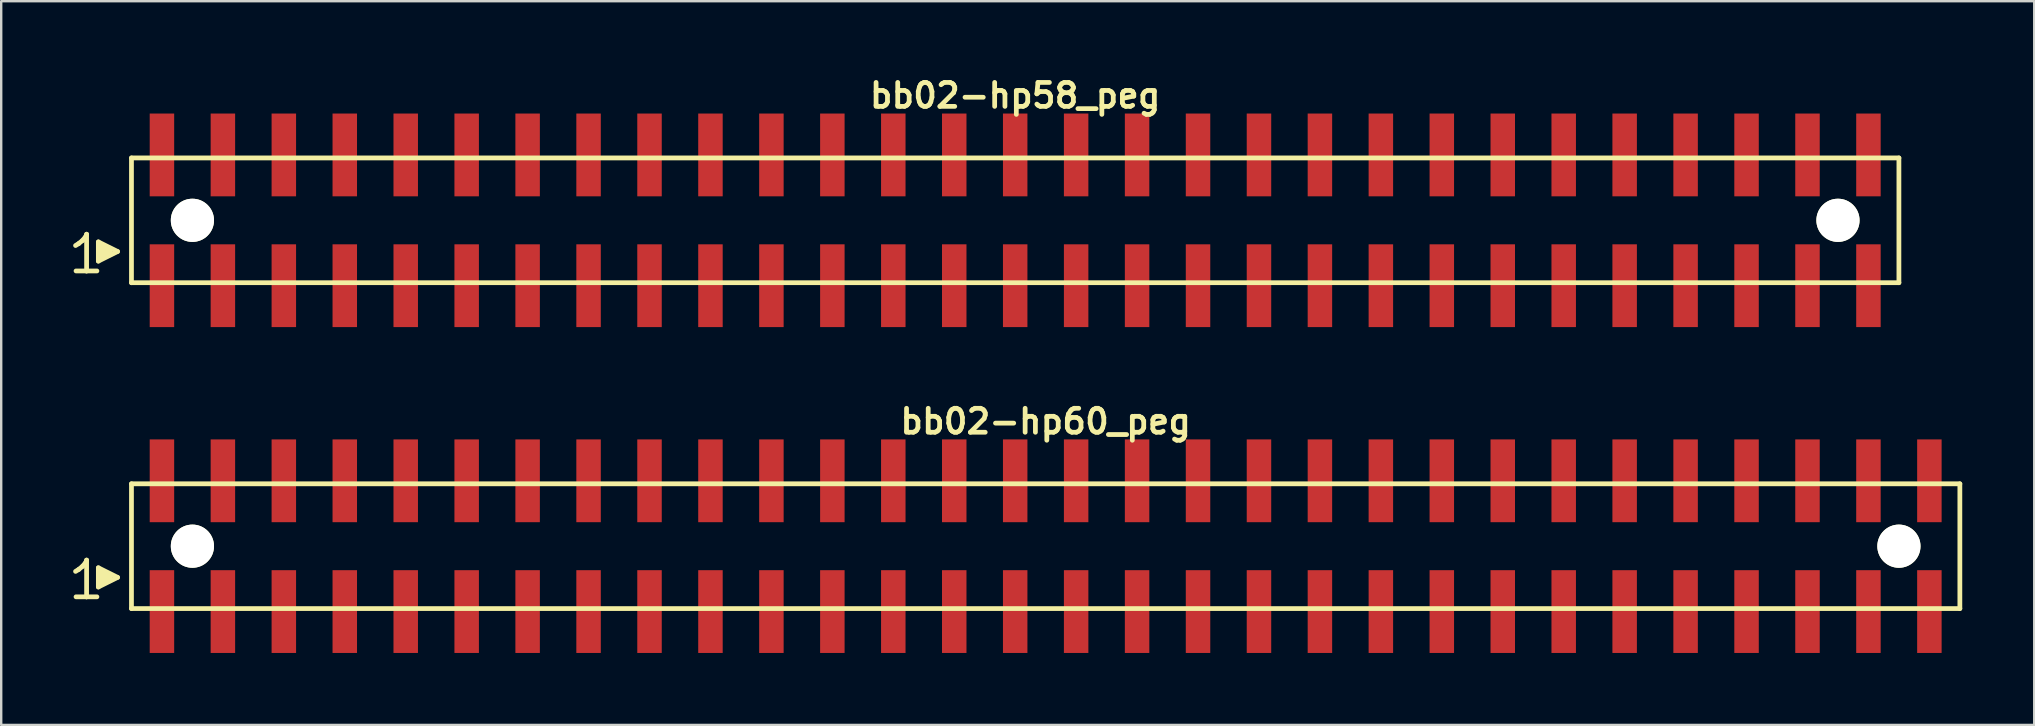
<source format=kicad_pcb>
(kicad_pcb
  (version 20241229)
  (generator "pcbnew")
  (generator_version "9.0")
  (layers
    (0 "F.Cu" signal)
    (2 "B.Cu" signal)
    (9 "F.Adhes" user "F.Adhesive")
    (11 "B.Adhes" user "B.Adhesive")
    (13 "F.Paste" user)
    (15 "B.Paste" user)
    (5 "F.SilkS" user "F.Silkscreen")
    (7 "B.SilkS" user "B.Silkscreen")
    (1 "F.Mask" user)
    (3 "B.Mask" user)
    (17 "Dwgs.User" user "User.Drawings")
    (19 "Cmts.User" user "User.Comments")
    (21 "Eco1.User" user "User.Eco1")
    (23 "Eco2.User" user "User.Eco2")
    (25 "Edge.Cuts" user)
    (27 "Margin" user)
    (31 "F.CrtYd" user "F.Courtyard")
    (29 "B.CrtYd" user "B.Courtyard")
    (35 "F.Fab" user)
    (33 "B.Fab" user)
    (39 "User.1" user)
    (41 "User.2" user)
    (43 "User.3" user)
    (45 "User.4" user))
  (footprint "bb02-hp60_peg"
    (layer "F.Cu")
    (at 40.529 19.713)
    (property "Reference" "bb02-hp60_peg" (at 0 -5.2 0) (layer "F.SilkS") (effects (font (size 0.998 0.998) (thickness 0.198))))
    (attr smd)
    (fp_line (start -40.43 1.05) (end -40.3 0.97) (stroke (width 0.198) (type solid)) (layer "F.SilkS"))
    (fp_line (start -40.3 0.97) (end -40.14 0.84) (stroke (width 0.198) (type solid)) (layer "F.SilkS"))
    (fp_line (start -40.14 0.84) (end -40 0.67) (stroke (width 0.198) (type solid)) (layer "F.SilkS"))
    (fp_line (start -40 0.67) (end -39.97 0.58) (stroke (width 0.198) (type solid)) (layer "F.SilkS"))
    (fp_line (start -39.97 0.58) (end -39.97 2.11) (stroke (width 0.198) (type solid)) (layer "F.SilkS"))
    (fp_line (start -39.97 2.11) (end -40.41 2.11) (stroke (width 0.198) (type solid)) (layer "F.SilkS"))
    (fp_line (start -39.54 2.11) (end -39.98 2.11) (stroke (width 0.198) (type solid)) (layer "F.SilkS"))
    (fp_line (start -39.48 0.9) (end -38.68 1.3) (stroke (width 0.198) (type solid)) (layer "F.SilkS"))
    (fp_line (start -39.48 1.7) (end -39.48 0.9) (stroke (width 0.198) (type solid)) (layer "F.SilkS"))
    (fp_line (start -39.38 1.6) (end -39.38 1) (stroke (width 0.198) (type solid)) (layer "F.SilkS"))
    (fp_line (start -39.28 1.1) (end -39.28 1.5) (stroke (width 0.198) (type solid)) (layer "F.SilkS"))
    (fp_line (start -39.18 1.5) (end -39.18 1.1) (stroke (width 0.198) (type solid)) (layer "F.SilkS"))
    (fp_line (start -39.08 1.2) (end -39.08 1.4) (stroke (width 0.198) (type solid)) (layer "F.SilkS"))
    (fp_line (start -38.98 1.4) (end -38.98 1.2) (stroke (width 0.198) (type solid)) (layer "F.SilkS"))
    (fp_line (start -38.68 1.3) (end -39.48 1.7) (stroke (width 0.198) (type solid)) (layer "F.SilkS"))
    (fp_line (start -38.1 -2.6) (end -38.1 2.6) (stroke (width 0.198) (type solid)) (layer "F.SilkS"))
    (fp_line (start -38.1 -2.6) (end 38.1 -2.6) (stroke (width 0.198) (type solid)) (layer "F.SilkS"))
    (fp_line (start 38.1 2.6) (end -38.1 2.6) (stroke (width 0.198) (type solid)) (layer "F.SilkS"))
    (fp_line (start 38.1 2.6) (end 38.1 -2.6) (stroke (width 0.198) (type solid)) (layer "F.SilkS"))
    (pad "" np_thru_hole circle (at -35.56 0) (size 1.8 1.8) (drill 1.8) (layers "*.Cu" "*.Mask" "F.SilkS"))
    (pad "" np_thru_hole circle (at 35.56 0) (size 1.8 1.8) (drill 1.8) (layers "*.Cu" "*.Mask" "F.SilkS"))
    (pad "1" smd rect (at -36.83 2.725) (size 1.02 3.45) (layers "F.Cu" "F.Mask" "F.Paste"))
    (pad "2" smd rect (at -36.83 -2.725) (size 1.02 3.45) (layers "F.Cu" "F.Mask" "F.Paste"))
    (pad "3" smd rect (at -34.29 2.725) (size 1.02 3.45) (layers "F.Cu" "F.Mask" "F.Paste"))
    (pad "4" smd rect (at -34.29 -2.725) (size 1.02 3.45) (layers "F.Cu" "F.Mask" "F.Paste"))
    (pad "5" smd rect (at -31.75 2.725) (size 1.02 3.45) (layers "F.Cu" "F.Mask" "F.Paste"))
    (pad "6" smd rect (at -31.75 -2.725) (size 1.02 3.45) (layers "F.Cu" "F.Mask" "F.Paste"))
    (pad "7" smd rect (at -29.21 2.725) (size 1.02 3.45) (layers "F.Cu" "F.Mask" "F.Paste"))
    (pad "8" smd rect (at -29.21 -2.725) (size 1.02 3.45) (layers "F.Cu" "F.Mask" "F.Paste"))
    (pad "9" smd rect (at -26.67 2.725) (size 1.02 3.45) (layers "F.Cu" "F.Mask" "F.Paste"))
    (pad "10" smd rect (at -26.67 -2.725) (size 1.02 3.45) (layers "F.Cu" "F.Mask" "F.Paste"))
    (pad "11" smd rect (at -24.13 2.725) (size 1.02 3.45) (layers "F.Cu" "F.Mask" "F.Paste"))
    (pad "12" smd rect (at -24.13 -2.725) (size 1.02 3.45) (layers "F.Cu" "F.Mask" "F.Paste"))
    (pad "13" smd rect (at -21.59 2.725) (size 1.02 3.45) (layers "F.Cu" "F.Mask" "F.Paste"))
    (pad "14" smd rect (at -21.59 -2.725) (size 1.02 3.45) (layers "F.Cu" "F.Mask" "F.Paste"))
    (pad "15" smd rect (at -19.05 2.725) (size 1.02 3.45) (layers "F.Cu" "F.Mask" "F.Paste"))
    (pad "16" smd rect (at -19.05 -2.725) (size 1.02 3.45) (layers "F.Cu" "F.Mask" "F.Paste"))
    (pad "17" smd rect (at -16.51 2.725) (size 1.02 3.45) (layers "F.Cu" "F.Mask" "F.Paste"))
    (pad "18" smd rect (at -16.51 -2.725) (size 1.02 3.45) (layers "F.Cu" "F.Mask" "F.Paste"))
    (pad "19" smd rect (at -13.97 2.725) (size 1.02 3.45) (layers "F.Cu" "F.Mask" "F.Paste"))
    (pad "20" smd rect (at -13.97 -2.725) (size 1.02 3.45) (layers "F.Cu" "F.Mask" "F.Paste"))
    (pad "21" smd rect (at -11.43 2.725) (size 1.02 3.45) (layers "F.Cu" "F.Mask" "F.Paste"))
    (pad "22" smd rect (at -11.43 -2.725) (size 1.02 3.45) (layers "F.Cu" "F.Mask" "F.Paste"))
    (pad "23" smd rect (at -8.89 2.725) (size 1.02 3.45) (layers "F.Cu" "F.Mask" "F.Paste"))
    (pad "24" smd rect (at -8.89 -2.725) (size 1.02 3.45) (layers "F.Cu" "F.Mask" "F.Paste"))
    (pad "25" smd rect (at -6.35 2.725) (size 1.02 3.45) (layers "F.Cu" "F.Mask" "F.Paste"))
    (pad "26" smd rect (at -6.35 -2.725) (size 1.02 3.45) (layers "F.Cu" "F.Mask" "F.Paste"))
    (pad "27" smd rect (at -3.81 2.725) (size 1.02 3.45) (layers "F.Cu" "F.Mask" "F.Paste"))
    (pad "28" smd rect (at -3.81 -2.725) (size 1.02 3.45) (layers "F.Cu" "F.Mask" "F.Paste"))
    (pad "29" smd rect (at -1.27 2.725) (size 1.02 3.45) (layers "F.Cu" "F.Mask" "F.Paste"))
    (pad "30" smd rect (at -1.27 -2.725) (size 1.02 3.45) (layers "F.Cu" "F.Mask" "F.Paste"))
    (pad "31" smd rect (at 1.27 2.725) (size 1.02 3.45) (layers "F.Cu" "F.Mask" "F.Paste"))
    (pad "32" smd rect (at 1.27 -2.725) (size 1.02 3.45) (layers "F.Cu" "F.Mask" "F.Paste"))
    (pad "33" smd rect (at 3.81 2.725) (size 1.02 3.45) (layers "F.Cu" "F.Mask" "F.Paste"))
    (pad "34" smd rect (at 3.81 -2.725) (size 1.02 3.45) (layers "F.Cu" "F.Mask" "F.Paste"))
    (pad "35" smd rect (at 6.35 2.725) (size 1.02 3.45) (layers "F.Cu" "F.Mask" "F.Paste"))
    (pad "36" smd rect (at 6.35 -2.725) (size 1.02 3.45) (layers "F.Cu" "F.Mask" "F.Paste"))
    (pad "37" smd rect (at 8.89 2.725) (size 1.02 3.45) (layers "F.Cu" "F.Mask" "F.Paste"))
    (pad "38" smd rect (at 8.89 -2.725) (size 1.02 3.45) (layers "F.Cu" "F.Mask" "F.Paste"))
    (pad "39" smd rect (at 11.43 2.725) (size 1.02 3.45) (layers "F.Cu" "F.Mask" "F.Paste"))
    (pad "40" smd rect (at 11.43 -2.725) (size 1.02 3.45) (layers "F.Cu" "F.Mask" "F.Paste"))
    (pad "41" smd rect (at 13.97 2.725) (size 1.02 3.45) (layers "F.Cu" "F.Mask" "F.Paste"))
    (pad "42" smd rect (at 13.97 -2.725) (size 1.02 3.45) (layers "F.Cu" "F.Mask" "F.Paste"))
    (pad "43" smd rect (at 16.51 2.725) (size 1.02 3.45) (layers "F.Cu" "F.Mask" "F.Paste"))
    (pad "44" smd rect (at 16.51 -2.725) (size 1.02 3.45) (layers "F.Cu" "F.Mask" "F.Paste"))
    (pad "45" smd rect (at 19.05 2.725) (size 1.02 3.45) (layers "F.Cu" "F.Mask" "F.Paste"))
    (pad "46" smd rect (at 19.05 -2.725) (size 1.02 3.45) (layers "F.Cu" "F.Mask" "F.Paste"))
    (pad "47" smd rect (at 21.59 2.725) (size 1.02 3.45) (layers "F.Cu" "F.Mask" "F.Paste"))
    (pad "48" smd rect (at 21.59 -2.725) (size 1.02 3.45) (layers "F.Cu" "F.Mask" "F.Paste"))
    (pad "49" smd rect (at 24.13 2.725) (size 1.02 3.45) (layers "F.Cu" "F.Mask" "F.Paste"))
    (pad "50" smd rect (at 24.13 -2.725) (size 1.02 3.45) (layers "F.Cu" "F.Mask" "F.Paste"))
    (pad "51" smd rect (at 26.67 2.725) (size 1.02 3.45) (layers "F.Cu" "F.Mask" "F.Paste"))
    (pad "52" smd rect (at 26.67 -2.725) (size 1.02 3.45) (layers "F.Cu" "F.Mask" "F.Paste"))
    (pad "53" smd rect (at 29.21 2.725) (size 1.02 3.45) (layers "F.Cu" "F.Mask" "F.Paste"))
    (pad "54" smd rect (at 29.21 -2.725) (size 1.02 3.45) (layers "F.Cu" "F.Mask" "F.Paste"))
    (pad "55" smd rect (at 31.75 2.725) (size 1.02 3.45) (layers "F.Cu" "F.Mask" "F.Paste"))
    (pad "56" smd rect (at 31.75 -2.725) (size 1.02 3.45) (layers "F.Cu" "F.Mask" "F.Paste"))
    (pad "57" smd rect (at 34.29 2.725) (size 1.02 3.45) (layers "F.Cu" "F.Mask" "F.Paste"))
    (pad "58" smd rect (at 34.29 -2.725) (size 1.02 3.45) (layers "F.Cu" "F.Mask" "F.Paste"))
    (pad "59" smd rect (at 36.83 2.725) (size 1.02 3.45) (layers "F.Cu" "F.Mask" "F.Paste"))
    (pad "60" smd rect (at 36.83 -2.725) (size 1.02 3.45) (layers "F.Cu" "F.Mask" "F.Paste")))
  (footprint "bb02-hp58_peg"
    (layer "F.Cu")
    (at 39.259 6.132)
    (property "Reference" "bb02-hp58_peg" (at 0 -5.2 0) (layer "F.SilkS") (effects (font (size 0.998 0.998) (thickness 0.198))))
    (attr smd)
    (fp_line (start -39.16 1.05) (end -39.03 0.97) (stroke (width 0.198) (type solid)) (layer "F.SilkS"))
    (fp_line (start -39.03 0.97) (end -38.87 0.84) (stroke (width 0.198) (type solid)) (layer "F.SilkS"))
    (fp_line (start -38.87 0.84) (end -38.73 0.67) (stroke (width 0.198) (type solid)) (layer "F.SilkS"))
    (fp_line (start -38.73 0.67) (end -38.7 0.58) (stroke (width 0.198) (type solid)) (layer "F.SilkS"))
    (fp_line (start -38.7 0.58) (end -38.7 2.11) (stroke (width 0.198) (type solid)) (layer "F.SilkS"))
    (fp_line (start -38.7 2.11) (end -39.14 2.11) (stroke (width 0.198) (type solid)) (layer "F.SilkS"))
    (fp_line (start -38.27 2.11) (end -38.71 2.11) (stroke (width 0.198) (type solid)) (layer "F.SilkS"))
    (fp_line (start -38.21 0.9) (end -37.41 1.3) (stroke (width 0.198) (type solid)) (layer "F.SilkS"))
    (fp_line (start -38.21 1.7) (end -38.21 0.9) (stroke (width 0.198) (type solid)) (layer "F.SilkS"))
    (fp_line (start -38.11 1.6) (end -38.11 1) (stroke (width 0.198) (type solid)) (layer "F.SilkS"))
    (fp_line (start -38.01 1.1) (end -38.01 1.5) (stroke (width 0.198) (type solid)) (layer "F.SilkS"))
    (fp_line (start -37.91 1.5) (end -37.91 1.1) (stroke (width 0.198) (type solid)) (layer "F.SilkS"))
    (fp_line (start -37.81 1.2) (end -37.81 1.4) (stroke (width 0.198) (type solid)) (layer "F.SilkS"))
    (fp_line (start -37.71 1.4) (end -37.71 1.2) (stroke (width 0.198) (type solid)) (layer "F.SilkS"))
    (fp_line (start -37.41 1.3) (end -38.21 1.7) (stroke (width 0.198) (type solid)) (layer "F.SilkS"))
    (fp_line (start -36.83 -2.6) (end -36.83 2.6) (stroke (width 0.198) (type solid)) (layer "F.SilkS"))
    (fp_line (start -36.83 -2.6) (end 36.83 -2.6) (stroke (width 0.198) (type solid)) (layer "F.SilkS"))
    (fp_line (start 36.83 2.6) (end -36.83 2.6) (stroke (width 0.198) (type solid)) (layer "F.SilkS"))
    (fp_line (start 36.83 2.6) (end 36.83 -2.6) (stroke (width 0.198) (type solid)) (layer "F.SilkS"))
    (pad "" np_thru_hole circle (at -34.29 0) (size 1.8 1.8) (drill 1.8) (layers "*.Cu" "*.Mask" "F.SilkS"))
    (pad "" np_thru_hole circle (at 34.29 0) (size 1.8 1.8) (drill 1.8) (layers "*.Cu" "*.Mask" "F.SilkS"))
    (pad "1" smd rect (at -35.56 2.725) (size 1.02 3.45) (layers "F.Cu" "F.Mask" "F.Paste"))
    (pad "2" smd rect (at -35.56 -2.725) (size 1.02 3.45) (layers "F.Cu" "F.Mask" "F.Paste"))
    (pad "3" smd rect (at -33.02 2.725) (size 1.02 3.45) (layers "F.Cu" "F.Mask" "F.Paste"))
    (pad "4" smd rect (at -33.02 -2.725) (size 1.02 3.45) (layers "F.Cu" "F.Mask" "F.Paste"))
    (pad "5" smd rect (at -30.48 2.725) (size 1.02 3.45) (layers "F.Cu" "F.Mask" "F.Paste"))
    (pad "6" smd rect (at -30.48 -2.725) (size 1.02 3.45) (layers "F.Cu" "F.Mask" "F.Paste"))
    (pad "7" smd rect (at -27.94 2.725) (size 1.02 3.45) (layers "F.Cu" "F.Mask" "F.Paste"))
    (pad "8" smd rect (at -27.94 -2.725) (size 1.02 3.45) (layers "F.Cu" "F.Mask" "F.Paste"))
    (pad "9" smd rect (at -25.4 2.725) (size 1.02 3.45) (layers "F.Cu" "F.Mask" "F.Paste"))
    (pad "10" smd rect (at -25.4 -2.725) (size 1.02 3.45) (layers "F.Cu" "F.Mask" "F.Paste"))
    (pad "11" smd rect (at -22.86 2.725) (size 1.02 3.45) (layers "F.Cu" "F.Mask" "F.Paste"))
    (pad "12" smd rect (at -22.86 -2.725) (size 1.02 3.45) (layers "F.Cu" "F.Mask" "F.Paste"))
    (pad "13" smd rect (at -20.32 2.725) (size 1.02 3.45) (layers "F.Cu" "F.Mask" "F.Paste"))
    (pad "14" smd rect (at -20.32 -2.725) (size 1.02 3.45) (layers "F.Cu" "F.Mask" "F.Paste"))
    (pad "15" smd rect (at -17.78 2.725) (size 1.02 3.45) (layers "F.Cu" "F.Mask" "F.Paste"))
    (pad "16" smd rect (at -17.78 -2.725) (size 1.02 3.45) (layers "F.Cu" "F.Mask" "F.Paste"))
    (pad "17" smd rect (at -15.24 2.725) (size 1.02 3.45) (layers "F.Cu" "F.Mask" "F.Paste"))
    (pad "18" smd rect (at -15.24 -2.725) (size 1.02 3.45) (layers "F.Cu" "F.Mask" "F.Paste"))
    (pad "19" smd rect (at -12.7 2.725) (size 1.02 3.45) (layers "F.Cu" "F.Mask" "F.Paste"))
    (pad "20" smd rect (at -12.7 -2.725) (size 1.02 3.45) (layers "F.Cu" "F.Mask" "F.Paste"))
    (pad "21" smd rect (at -10.16 2.725) (size 1.02 3.45) (layers "F.Cu" "F.Mask" "F.Paste"))
    (pad "22" smd rect (at -10.16 -2.725) (size 1.02 3.45) (layers "F.Cu" "F.Mask" "F.Paste"))
    (pad "23" smd rect (at -7.62 2.725) (size 1.02 3.45) (layers "F.Cu" "F.Mask" "F.Paste"))
    (pad "24" smd rect (at -7.62 -2.725) (size 1.02 3.45) (layers "F.Cu" "F.Mask" "F.Paste"))
    (pad "25" smd rect (at -5.08 2.725) (size 1.02 3.45) (layers "F.Cu" "F.Mask" "F.Paste"))
    (pad "26" smd rect (at -5.08 -2.725) (size 1.02 3.45) (layers "F.Cu" "F.Mask" "F.Paste"))
    (pad "27" smd rect (at -2.54 2.725) (size 1.02 3.45) (layers "F.Cu" "F.Mask" "F.Paste"))
    (pad "28" smd rect (at -2.54 -2.725) (size 1.02 3.45) (layers "F.Cu" "F.Mask" "F.Paste"))
    (pad "29" smd rect (at 0 2.725) (size 1.02 3.45) (layers "F.Cu" "F.Mask" "F.Paste"))
    (pad "30" smd rect (at 0 -2.725) (size 1.02 3.45) (layers "F.Cu" "F.Mask" "F.Paste"))
    (pad "31" smd rect (at 2.54 2.725) (size 1.02 3.45) (layers "F.Cu" "F.Mask" "F.Paste"))
    (pad "32" smd rect (at 2.54 -2.725) (size 1.02 3.45) (layers "F.Cu" "F.Mask" "F.Paste"))
    (pad "33" smd rect (at 5.08 2.725) (size 1.02 3.45) (layers "F.Cu" "F.Mask" "F.Paste"))
    (pad "34" smd rect (at 5.08 -2.725) (size 1.02 3.45) (layers "F.Cu" "F.Mask" "F.Paste"))
    (pad "35" smd rect (at 7.62 2.725) (size 1.02 3.45) (layers "F.Cu" "F.Mask" "F.Paste"))
    (pad "36" smd rect (at 7.62 -2.725) (size 1.02 3.45) (layers "F.Cu" "F.Mask" "F.Paste"))
    (pad "37" smd rect (at 10.16 2.725) (size 1.02 3.45) (layers "F.Cu" "F.Mask" "F.Paste"))
    (pad "38" smd rect (at 10.16 -2.725) (size 1.02 3.45) (layers "F.Cu" "F.Mask" "F.Paste"))
    (pad "39" smd rect (at 12.7 2.725) (size 1.02 3.45) (layers "F.Cu" "F.Mask" "F.Paste"))
    (pad "40" smd rect (at 12.7 -2.725) (size 1.02 3.45) (layers "F.Cu" "F.Mask" "F.Paste"))
    (pad "41" smd rect (at 15.24 2.725) (size 1.02 3.45) (layers "F.Cu" "F.Mask" "F.Paste"))
    (pad "42" smd rect (at 15.24 -2.725) (size 1.02 3.45) (layers "F.Cu" "F.Mask" "F.Paste"))
    (pad "43" smd rect (at 17.78 2.725) (size 1.02 3.45) (layers "F.Cu" "F.Mask" "F.Paste"))
    (pad "44" smd rect (at 17.78 -2.725) (size 1.02 3.45) (layers "F.Cu" "F.Mask" "F.Paste"))
    (pad "45" smd rect (at 20.32 2.725) (size 1.02 3.45) (layers "F.Cu" "F.Mask" "F.Paste"))
    (pad "46" smd rect (at 20.32 -2.725) (size 1.02 3.45) (layers "F.Cu" "F.Mask" "F.Paste"))
    (pad "47" smd rect (at 22.86 2.725) (size 1.02 3.45) (layers "F.Cu" "F.Mask" "F.Paste"))
    (pad "48" smd rect (at 22.86 -2.725) (size 1.02 3.45) (layers "F.Cu" "F.Mask" "F.Paste"))
    (pad "49" smd rect (at 25.4 2.725) (size 1.02 3.45) (layers "F.Cu" "F.Mask" "F.Paste"))
    (pad "50" smd rect (at 25.4 -2.725) (size 1.02 3.45) (layers "F.Cu" "F.Mask" "F.Paste"))
    (pad "51" smd rect (at 27.94 2.725) (size 1.02 3.45) (layers "F.Cu" "F.Mask" "F.Paste"))
    (pad "52" smd rect (at 27.94 -2.725) (size 1.02 3.45) (layers "F.Cu" "F.Mask" "F.Paste"))
    (pad "53" smd rect (at 30.48 2.725) (size 1.02 3.45) (layers "F.Cu" "F.Mask" "F.Paste"))
    (pad "54" smd rect (at 30.48 -2.725) (size 1.02 3.45) (layers "F.Cu" "F.Mask" "F.Paste"))
    (pad "55" smd rect (at 33.02 2.725) (size 1.02 3.45) (layers "F.Cu" "F.Mask" "F.Paste"))
    (pad "56" smd rect (at 33.02 -2.725) (size 1.02 3.45) (layers "F.Cu" "F.Mask" "F.Paste"))
    (pad "57" smd rect (at 35.56 2.725) (size 1.02 3.45) (layers "F.Cu" "F.Mask" "F.Paste"))
    (pad "58" smd rect (at 35.56 -2.725) (size 1.02 3.45) (layers "F.Cu" "F.Mask" "F.Paste")))
  (gr_rect
    (start -3 -3)
    (end 81.728 27.163)
    (stroke (width 0.1) (type default))
    (fill no)
    (layer "Edge.Cuts")))
</source>
